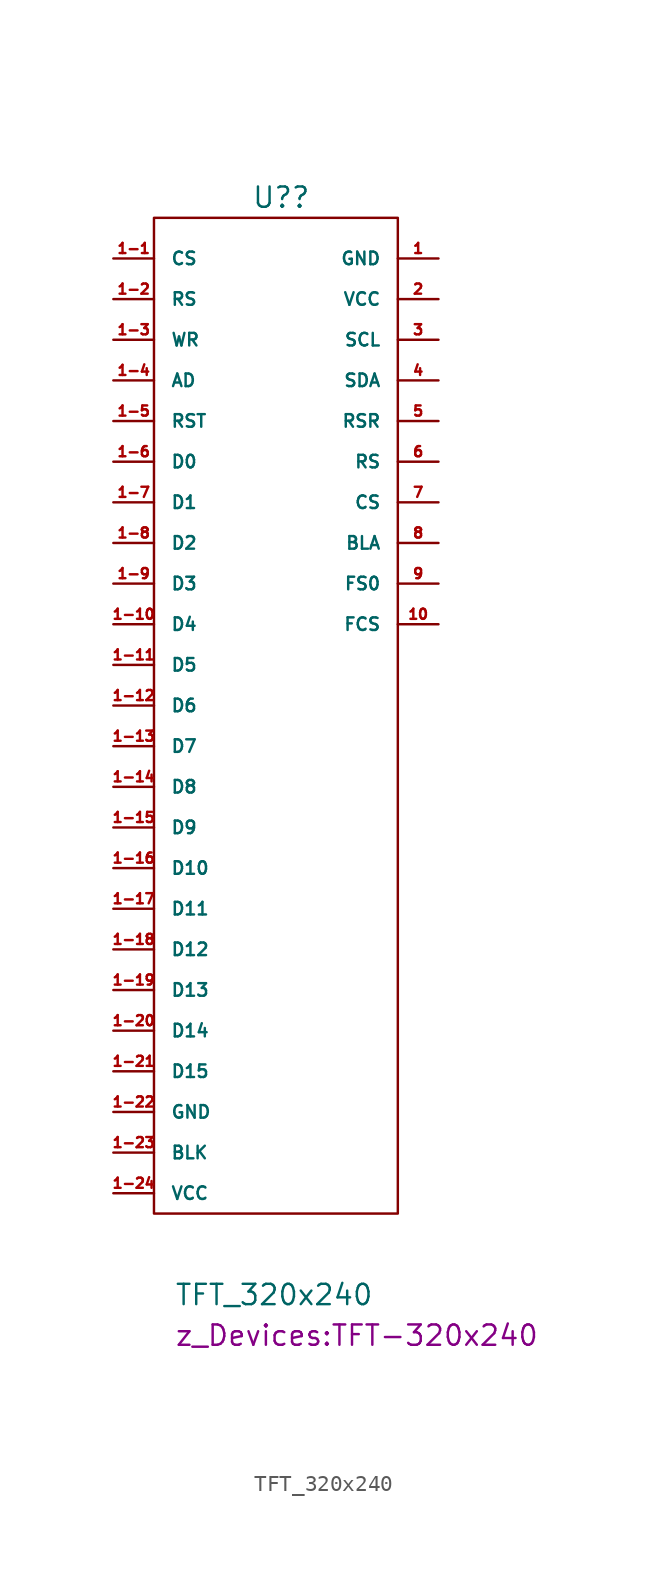
<source format=kicad_sym>
(kicad_symbol_lib
  (version 20231120)
  (generator "kicad_symbol_editor")
  (generator_version "8.0")
  (symbol "TFT_320x240"
    (pin_names
      (offset 1.016))
    (property "Reference" "U?"
      (at -1.524 39.37 0)
      (effects (font (size 1.27 1.27)) (justify left)))
    (property "Value" "TFT_320x240"
      (at -6.35 -29.21 0)
      (effects (font (size 1.27 1.27)) (justify left)))
    (property "Footprint" "z_Devices:TFT-320x240"
      (at -6.35 -31.75 0)
      (effects (font (size 1.27 1.27)) (justify left)))
    (symbol "TFT_320x240_0_1"
      (rectangle (start -7.62 38.1) (end 7.62 -24.13) (stroke (width 0) (type default)) (fill (type none))))
    (symbol "TFT_320x240_1_1"
      (pin bidirectional line (at 10.16 35.56 180) (length 2.54) (name "GND" (effects (font (size 0.787 0.787)))) (number "1" (effects (font (size 0.635 0.635)))))
      (pin power_in line (at -10.16 35.56 0) (length 2.54) (name "CS" (effects (font (size 0.787 0.787)))) (number "1-1" (effects (font (size 0.635 0.635)))))
      (pin bidirectional line (at -10.16 12.7 0) (length 2.54) (name "D4" (effects (font (size 0.787 0.787)))) (number "1-10" (effects (font (size 0.635 0.635)))))
      (pin bidirectional line (at -10.16 10.16 0) (length 2.54) (name "D5" (effects (font (size 0.787 0.787)))) (number "1-11" (effects (font (size 0.635 0.635)))))
      (pin bidirectional line (at -10.16 7.62 0) (length 2.54) (name "D6" (effects (font (size 0.787 0.787)))) (number "1-12" (effects (font (size 0.635 0.635)))))
      (pin bidirectional line (at -10.16 5.08 0) (length 2.54) (name "D7" (effects (font (size 0.787 0.787)))) (number "1-13" (effects (font (size 0.635 0.635)))))
      (pin bidirectional line (at -10.16 2.54 0) (length 2.54) (name "D8" (effects (font (size 0.787 0.787)))) (number "1-14" (effects (font (size 0.635 0.635)))))
      (pin bidirectional line (at -10.16 0 0) (length 2.54) (name "D9" (effects (font (size 0.787 0.787)))) (number "1-15" (effects (font (size 0.635 0.635)))))
      (pin bidirectional line (at -10.16 -2.54 0) (length 2.54) (name "D10" (effects (font (size 0.787 0.787)))) (number "1-16" (effects (font (size 0.635 0.635)))))
      (pin bidirectional line (at -10.16 -5.08 0) (length 2.54) (name "D11" (effects (font (size 0.787 0.787)))) (number "1-17" (effects (font (size 0.635 0.635)))))
      (pin bidirectional line (at -10.16 -7.62 0) (length 2.54) (name "D12" (effects (font (size 0.787 0.787)))) (number "1-18" (effects (font (size 0.635 0.635)))))
      (pin bidirectional line (at -10.16 -10.16 0) (length 2.54) (name "D13" (effects (font (size 0.787 0.787)))) (number "1-19" (effects (font (size 0.635 0.635)))))
      (pin bidirectional line (at -10.16 33.02 0) (length 2.54) (name "RS" (effects (font (size 0.787 0.787)))) (number "1-2" (effects (font (size 0.635 0.635)))))
      (pin bidirectional line (at -10.16 -12.7 0) (length 2.54) (name "D14" (effects (font (size 0.787 0.787)))) (number "1-20" (effects (font (size 0.635 0.635)))))
      (pin bidirectional line (at -10.16 -15.24 0) (length 2.54) (name "D15" (effects (font (size 0.787 0.787)))) (number "1-21" (effects (font (size 0.635 0.635)))))
      (pin bidirectional line (at -10.16 -17.78 0) (length 2.54) (name "GND" (effects (font (size 0.787 0.787)))) (number "1-22" (effects (font (size 0.635 0.635)))))
      (pin bidirectional line (at -10.16 -20.32 0) (length 2.54) (name "BLK" (effects (font (size 0.787 0.787)))) (number "1-23" (effects (font (size 0.635 0.635)))))
      (pin bidirectional line (at -10.16 -22.86 0) (length 2.54) (name "VCC" (effects (font (size 0.787 0.787)))) (number "1-24" (effects (font (size 0.635 0.635)))))
      (pin bidirectional line (at -10.16 30.48 0) (length 2.54) (name "WR" (effects (font (size 0.787 0.787)))) (number "1-3" (effects (font (size 0.635 0.635)))))
      (pin bidirectional line (at -10.16 27.94 0) (length 2.54) (name "AD" (effects (font (size 0.787 0.787)))) (number "1-4" (effects (font (size 0.635 0.635)))))
      (pin bidirectional line (at -10.16 25.4 0) (length 2.54) (name "RST" (effects (font (size 0.787 0.787)))) (number "1-5" (effects (font (size 0.635 0.635)))))
      (pin bidirectional line (at -10.16 22.86 0) (length 2.54) (name "D0" (effects (font (size 0.787 0.787)))) (number "1-6" (effects (font (size 0.635 0.635)))))
      (pin bidirectional line (at -10.16 20.32 0) (length 2.54) (name "D1" (effects (font (size 0.787 0.787)))) (number "1-7" (effects (font (size 0.635 0.635)))))
      (pin power_in line (at -10.16 17.78 0) (length 2.54) (name "D2" (effects (font (size 0.787 0.787)))) (number "1-8" (effects (font (size 0.635 0.635)))))
      (pin bidirectional line (at -10.16 15.24 0) (length 2.54) (name "D3" (effects (font (size 0.787 0.787)))) (number "1-9" (effects (font (size 0.635 0.635)))))
      (pin bidirectional line (at 10.16 12.7 180) (length 2.54) (name "FCS" (effects (font (size 0.787 0.787)))) (number "10" (effects (font (size 0.635 0.635)))))
      (pin bidirectional line (at 10.16 33.02 180) (length 2.54) (name "VCC" (effects (font (size 0.787 0.787)))) (number "2" (effects (font (size 0.635 0.635)))))
      (pin bidirectional line (at 10.16 30.48 180) (length 2.54) (name "SCL" (effects (font (size 0.787 0.787)))) (number "3" (effects (font (size 0.635 0.635)))))
      (pin bidirectional line (at 10.16 27.94 180) (length 2.54) (name "SDA" (effects (font (size 0.787 0.787)))) (number "4" (effects (font (size 0.635 0.635)))))
      (pin bidirectional line (at 10.16 25.4 180) (length 2.54) (name "RSR" (effects (font (size 0.787 0.787)))) (number "5" (effects (font (size 0.635 0.635)))))
      (pin bidirectional line (at 10.16 22.86 180) (length 2.54) (name "RS" (effects (font (size 0.787 0.787)))) (number "6" (effects (font (size 0.635 0.635)))))
      (pin bidirectional line (at 10.16 20.32 180) (length 2.54) (name "CS" (effects (font (size 0.787 0.787)))) (number "7" (effects (font (size 0.635 0.635)))))
      (pin bidirectional line (at 10.16 17.78 180) (length 2.54) (name "BLA" (effects (font (size 0.787 0.787)))) (number "8" (effects (font (size 0.635 0.635)))))
      (pin bidirectional line (at 10.16 15.24 180) (length 2.54) (name "FS0" (effects (font (size 0.787 0.787)))) (number "9" (effects (font (size 0.635 0.635))))))))
</source>
